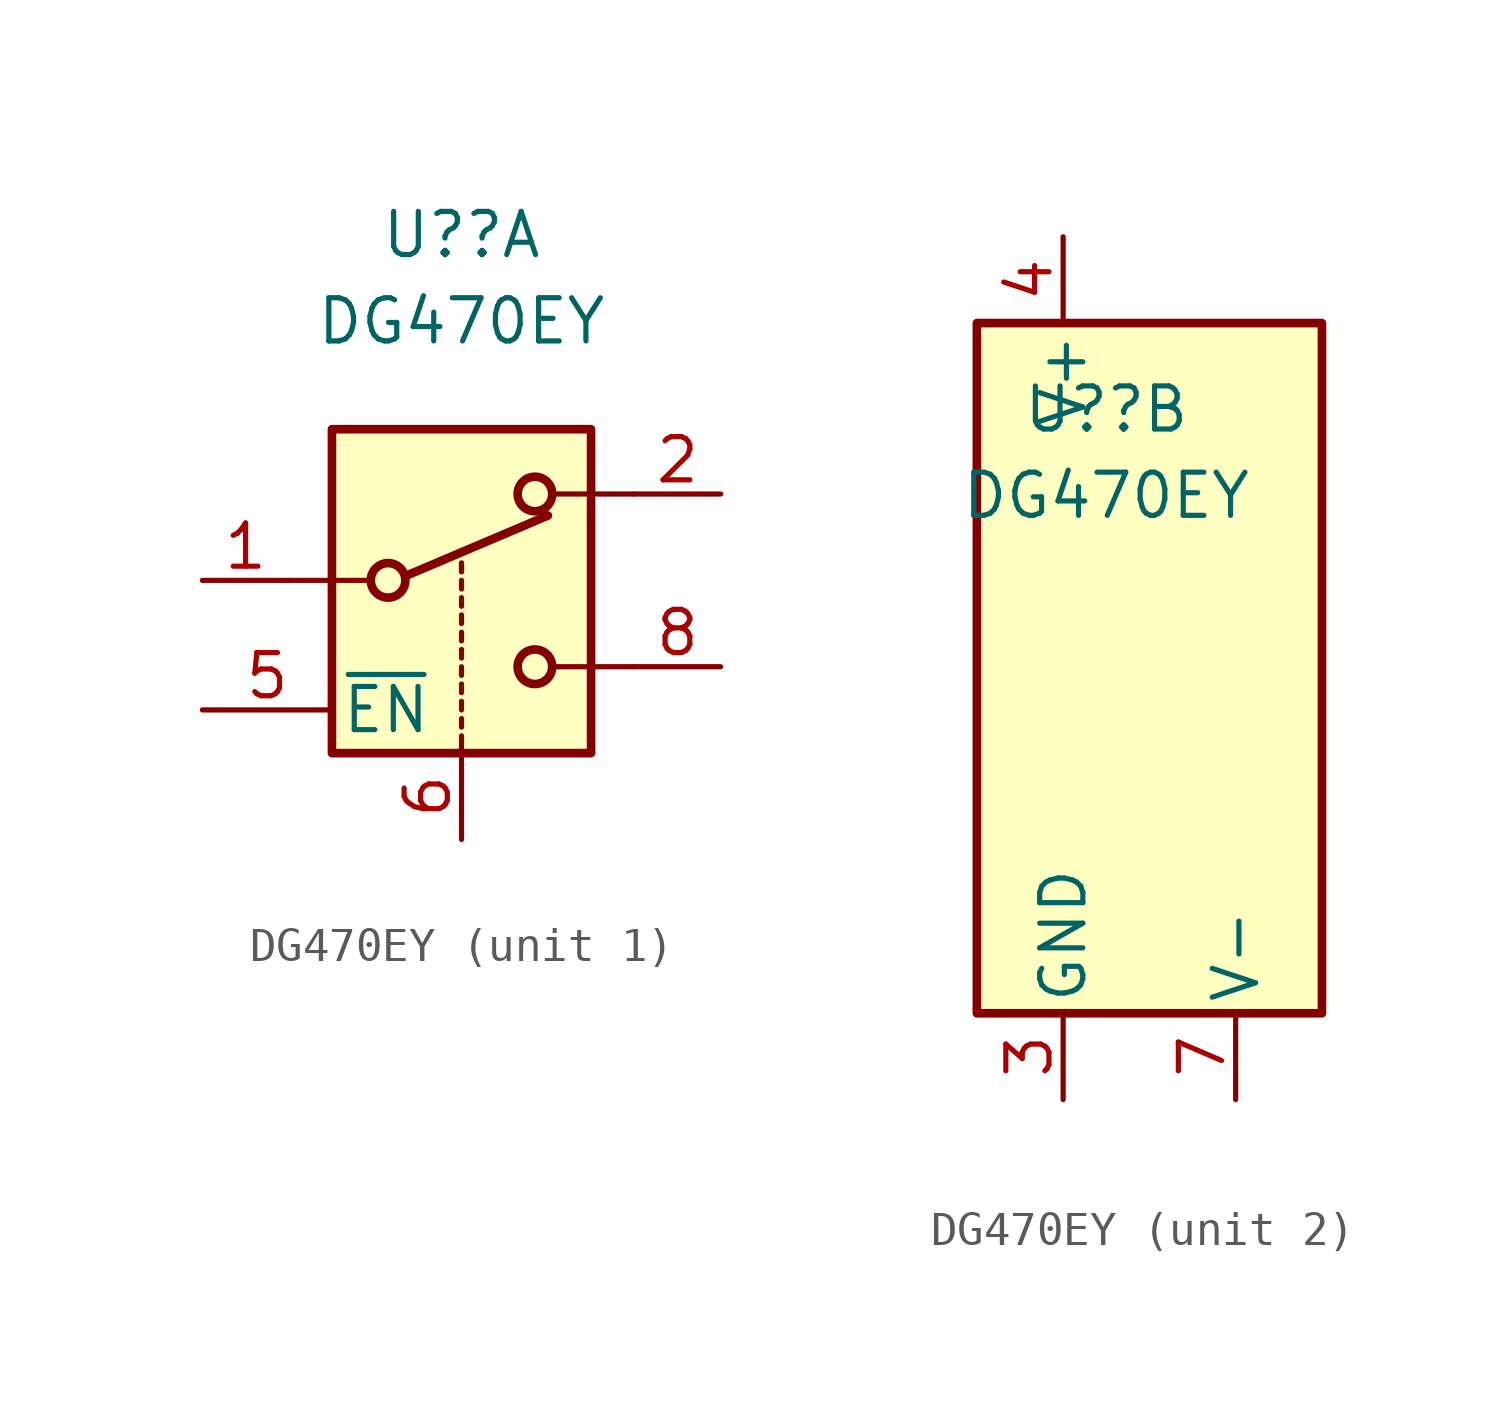
<source format=kicad_sym>
(kicad_symbol_lib
  (version 20211014)
  (generator kicad_symbol_editor)
  (symbol "DG470EY"
    (pin_names
      (offset 0.254))
    (property "Reference" "U?"
      (at 0 7.62 0)
      (effects (font (size 1.27 1.27))))
    (property "Value" "DG470EY"
      (at 0 5.08 0)
      (effects (font (size 1.27 1.27))))
    (symbol "DG470EY_1_1"
      (rectangle (start -3.81 1.905) (end 3.81 -7.62) (stroke (width 0.254) (type default) (color 0 0 0 0)) (fill (type background)))
      (circle (center -2.159 -2.54) (radius 0.508) (stroke (width 0.254) (type default) (color 0 0 0 0)) (fill (type none)))
      (polyline (pts (xy -5.08 -2.54) (xy -2.794 -2.54)) (stroke (width 0) (type default) (color 0 0 0 0)) (fill (type none)))
      (polyline (pts (xy -1.651 -2.413) (xy 2.54 -0.635)) (stroke (width 0.254) (type default) (color 0 0 0 0)) (fill (type none)))
      (polyline (pts (xy 0 -7.62) (xy 0 -7.112)) (stroke (width 0) (type default) (color 0 0 0 0)) (fill (type none)))
      (polyline (pts (xy 0 -6.858) (xy 0 -6.604)) (stroke (width 0) (type default) (color 0 0 0 0)) (fill (type none)))
      (polyline (pts (xy 0 -6.35) (xy 0 -6.096)) (stroke (width 0) (type default) (color 0 0 0 0)) (fill (type none)))
      (polyline (pts (xy 0 -5.842) (xy 0 -5.588)) (stroke (width 0) (type default) (color 0 0 0 0)) (fill (type none)))
      (polyline (pts (xy 0 -5.334) (xy 0 -5.08)) (stroke (width 0) (type default) (color 0 0 0 0)) (fill (type none)))
      (polyline (pts (xy 0 -4.826) (xy 0 -4.572)) (stroke (width 0) (type default) (color 0 0 0 0)) (fill (type none)))
      (polyline (pts (xy 0 -4.318) (xy 0 -4.064)) (stroke (width 0) (type default) (color 0 0 0 0)) (fill (type none)))
      (polyline (pts (xy 0 -3.81) (xy 0 -3.556)) (stroke (width 0) (type default) (color 0 0 0 0)) (fill (type none)))
      (polyline (pts (xy 0 -3.302) (xy 0 -3.048)) (stroke (width 0) (type default) (color 0 0 0 0)) (fill (type none)))
      (polyline (pts (xy 0 -2.794) (xy 0 -2.54)) (stroke (width 0) (type default) (color 0 0 0 0)) (fill (type none)))
      (polyline (pts (xy 0 -2.286) (xy 0 -2.032)) (stroke (width 0) (type default) (color 0 0 0 0)) (fill (type none)))
      (polyline (pts (xy 0 -2.286) (xy 0 -2.032)) (stroke (width 0) (type default) (color 0 0 0 0)) (fill (type none)))
      (polyline (pts (xy 5.08 -5.08) (xy 2.794 -5.08)) (stroke (width 0) (type default) (color 0 0 0 0)) (fill (type none)))
      (polyline (pts (xy 5.08 0) (xy 2.794 0)) (stroke (width 0) (type default) (color 0 0 0 0)) (fill (type none)))
      (circle (center 2.159 -5.08) (radius 0.508) (stroke (width 0.254) (type default) (color 0 0 0 0)) (fill (type none)))
      (circle (center 2.159 0) (radius 0.508) (stroke (width 0.254) (type default) (color 0 0 0 0)) (fill (type none)))
      (pin passive line (at -7.62 -2.54 0) (length 2.54) (name "~" (effects (font (size 1.27 1.27)))) (number "1" (effects (font (size 1.27 1.27)))))
      (pin passive line (at 7.62 0 180) (length 2.54) (name "~" (effects (font (size 1.27 1.27)))) (number "2" (effects (font (size 1.27 1.27)))))
      (pin input line (at -7.62 -6.35 0) (length 3.81) (name "~{EN}" (effects (font (size 1.27 1.27)))) (number "5" (effects (font (size 1.27 1.27)))))
      (pin input line (at 0 -10.16 90) (length 2.54) (name "~" (effects (font (size 1.27 1.27)))) (number "6" (effects (font (size 1.27 1.27)))))
      (pin passive line (at 7.62 -5.08 180) (length 2.54) (name "~" (effects (font (size 1.27 1.27)))) (number "8" (effects (font (size 1.27 1.27))))))
    (symbol "DG470EY_2_0"
      (pin power_in line (at -1.27 -12.7 90) (length 2.54) (name "GND" (effects (font (size 1.27 1.27)))) (number "3" (effects (font (size 1.27 1.27)))))
      (pin power_in line (at -1.27 12.7 270) (length 2.54) (name "V+" (effects (font (size 1.27 1.27)))) (number "4" (effects (font (size 1.27 1.27)))))
      (pin power_in line (at 3.81 -12.7 90) (length 2.54) (name "V-" (effects (font (size 1.27 1.27)))) (number "7" (effects (font (size 1.27 1.27))))))
    (symbol "DG470EY_2_1"
      (rectangle (start -3.81 10.16) (end 6.35 -10.16) (stroke (width 0.254) (type default) (color 0 0 0 0)) (fill (type background))))))
</source>
